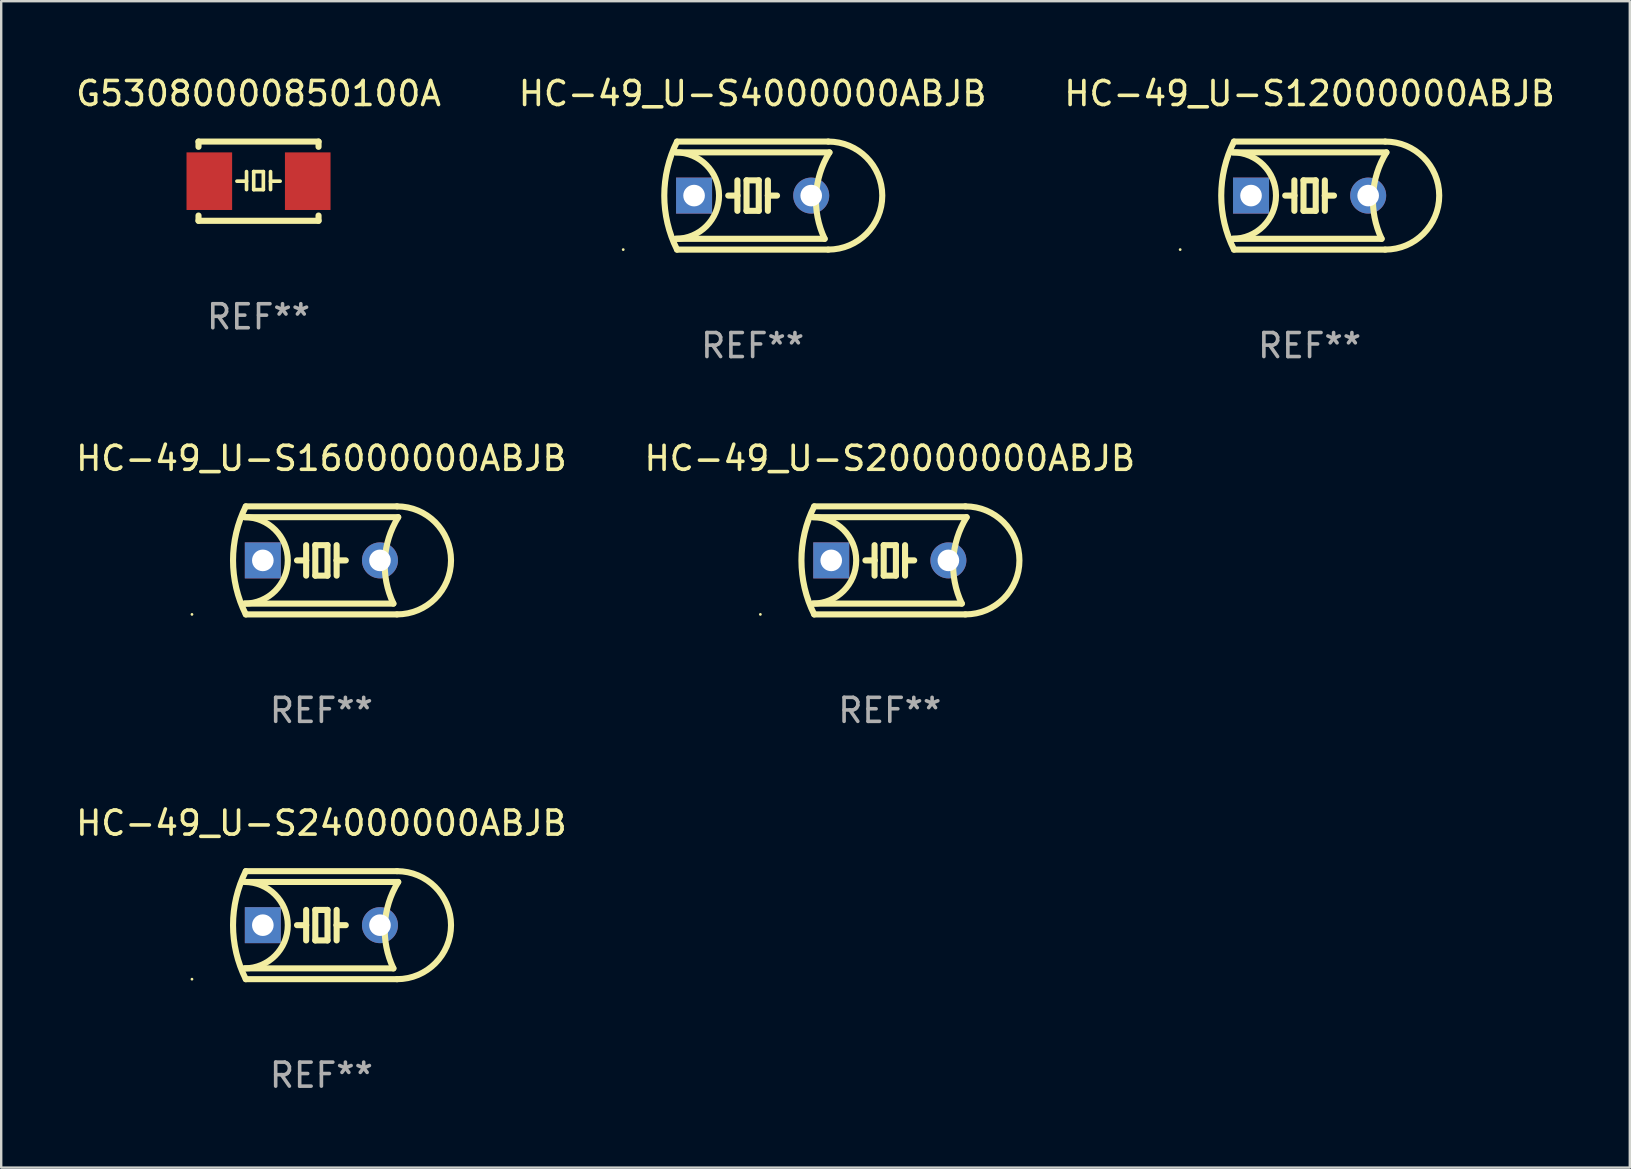
<source format=kicad_pcb>
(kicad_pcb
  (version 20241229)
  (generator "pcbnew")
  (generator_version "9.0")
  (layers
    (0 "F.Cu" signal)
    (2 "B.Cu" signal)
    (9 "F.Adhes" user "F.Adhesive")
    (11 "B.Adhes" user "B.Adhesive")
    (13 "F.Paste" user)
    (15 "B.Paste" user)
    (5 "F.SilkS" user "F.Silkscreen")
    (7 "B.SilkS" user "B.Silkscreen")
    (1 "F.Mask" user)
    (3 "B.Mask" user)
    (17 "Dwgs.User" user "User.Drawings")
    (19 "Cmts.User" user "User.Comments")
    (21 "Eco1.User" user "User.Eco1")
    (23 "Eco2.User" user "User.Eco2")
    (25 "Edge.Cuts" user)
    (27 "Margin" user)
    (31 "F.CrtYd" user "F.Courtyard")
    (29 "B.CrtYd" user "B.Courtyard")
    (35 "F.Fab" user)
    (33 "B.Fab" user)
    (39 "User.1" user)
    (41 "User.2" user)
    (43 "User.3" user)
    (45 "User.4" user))
  (footprint "HC-49_U-S12000000ABJB"
    (layer "F.Cu")
    (at 51.506 5.098)
    (property "Reference" "HC-49_U-S12000000ABJB" (at 0 -4.25 0) (layer "F.SilkS") (effects (font (size 1 1) (thickness 0.15))))
    (attr through_hole)
    (fp_line (start -3.2 -1.8) (end 3.2 -1.8) (stroke (width 0.254) (type solid)) (layer "F.SilkS"))
    (fp_line (start -3.15 2.25) (end 3.15 2.25) (stroke (width 0.254) (type solid)) (layer "F.SilkS"))
    (fp_line (start -0.635 -0.635) (end -0.635 0) (stroke (width 0.254) (type solid)) (layer "F.SilkS"))
    (fp_line (start -0.635 0) (end -1.016 0) (stroke (width 0.254) (type solid)) (layer "F.SilkS"))
    (fp_line (start -0.635 0) (end -0.635 0.635) (stroke (width 0.254) (type solid)) (layer "F.SilkS"))
    (fp_line (start -0.254 -0.635) (end -0.254 0.635) (stroke (width 0.254) (type solid)) (layer "F.SilkS"))
    (fp_line (start -0.254 0.635) (end 0.254 0.635) (stroke (width 0.254) (type solid)) (layer "F.SilkS"))
    (fp_line (start 0.254 -0.635) (end -0.254 -0.635) (stroke (width 0.254) (type solid)) (layer "F.SilkS"))
    (fp_line (start 0.254 0.635) (end 0.254 -0.635) (stroke (width 0.254) (type solid)) (layer "F.SilkS"))
    (fp_line (start 0.635 -0.635) (end 0.635 0) (stroke (width 0.254) (type solid)) (layer "F.SilkS"))
    (fp_line (start 0.635 0) (end 0.635 0.635) (stroke (width 0.254) (type solid)) (layer "F.SilkS"))
    (fp_line (start 0.635 0) (end 1.016 0) (stroke (width 0.254) (type solid)) (layer "F.SilkS"))
    (fp_line (start 3 1.8) (end -3.2 1.8) (stroke (width 0.254) (type solid)) (layer "F.SilkS"))
    (fp_line (start 3.15 -2.25) (end -3.15 -2.25) (stroke (width 0.254) (type solid)) (layer "F.SilkS"))
    (fp_arc (start -3.200406 -1.800864) (mid -1.399974 -0.000635) (end -3.2 1.8) (stroke (width 0.254001) (type solid)) (layer "F.SilkS"))
    (fp_arc (start -3.149606 2.250444) (mid -3.680941 0.000261) (end -3.149987 -2.250013) (stroke (width 0.254001) (type solid)) (layer "F.SilkS"))
    (fp_arc (start 2.999746 1.800863) (mid 2.642982 -0.024977) (end 3.2 -1.8) (stroke (width 0.254001) (type solid)) (layer "F.SilkS"))
    (fp_arc (start 3.149607 -2.250445) (mid 5.399848 -0.000406) (end 3.149987 2.250013) (stroke (width 0.254001) (type solid)) (layer "F.SilkS"))
    (fp_circle (center -5.392 2.25) (end -5.362 2.25) (stroke (width 0.06) (type solid)) (fill no) (layer "F.SilkS"))
    (fp_text user "REF**" (at 0 6.25 0) (layer "F.Fab") (effects (font (size 1 1) (thickness 0.15))))
    (pad "1" thru_hole rect (at -2.44 0) (size 1.5 1.5) (drill 0.9) (layers "*.Cu" "*.Mask"))
    (pad "2" thru_hole circle (at 2.44 0) (size 1.5 1.5) (drill 0.9) (layers "*.Cu" "*.Mask")))
  (footprint "HC-49_U-S16000000ABJB"
    (layer "F.Cu")
    (at 10.339 20.295)
    (property "Reference" "HC-49_U-S16000000ABJB" (at 0 -4.25 0) (layer "F.SilkS") (effects (font (size 1 1) (thickness 0.15))))
    (attr through_hole)
    (fp_line (start -3.2 -1.8) (end 3.2 -1.8) (stroke (width 0.254) (type solid)) (layer "F.SilkS"))
    (fp_line (start -3.15 2.25) (end 3.15 2.25) (stroke (width 0.254) (type solid)) (layer "F.SilkS"))
    (fp_line (start -0.635 -0.635) (end -0.635 0) (stroke (width 0.254) (type solid)) (layer "F.SilkS"))
    (fp_line (start -0.635 0) (end -1.016 0) (stroke (width 0.254) (type solid)) (layer "F.SilkS"))
    (fp_line (start -0.635 0) (end -0.635 0.635) (stroke (width 0.254) (type solid)) (layer "F.SilkS"))
    (fp_line (start -0.254 -0.635) (end -0.254 0.635) (stroke (width 0.254) (type solid)) (layer "F.SilkS"))
    (fp_line (start -0.254 0.635) (end 0.254 0.635) (stroke (width 0.254) (type solid)) (layer "F.SilkS"))
    (fp_line (start 0.254 -0.635) (end -0.254 -0.635) (stroke (width 0.254) (type solid)) (layer "F.SilkS"))
    (fp_line (start 0.254 0.635) (end 0.254 -0.635) (stroke (width 0.254) (type solid)) (layer "F.SilkS"))
    (fp_line (start 0.635 -0.635) (end 0.635 0) (stroke (width 0.254) (type solid)) (layer "F.SilkS"))
    (fp_line (start 0.635 0) (end 0.635 0.635) (stroke (width 0.254) (type solid)) (layer "F.SilkS"))
    (fp_line (start 0.635 0) (end 1.016 0) (stroke (width 0.254) (type solid)) (layer "F.SilkS"))
    (fp_line (start 3 1.8) (end -3.2 1.8) (stroke (width 0.254) (type solid)) (layer "F.SilkS"))
    (fp_line (start 3.15 -2.25) (end -3.15 -2.25) (stroke (width 0.254) (type solid)) (layer "F.SilkS"))
    (fp_arc (start -3.200406 -1.800864) (mid -1.399974 -0.000635) (end -3.2 1.8) (stroke (width 0.254001) (type solid)) (layer "F.SilkS"))
    (fp_arc (start -3.149606 2.250444) (mid -3.680941 0.000261) (end -3.149987 -2.250013) (stroke (width 0.254001) (type solid)) (layer "F.SilkS"))
    (fp_arc (start 2.999746 1.800863) (mid 2.642982 -0.024977) (end 3.2 -1.8) (stroke (width 0.254001) (type solid)) (layer "F.SilkS"))
    (fp_arc (start 3.149607 -2.250445) (mid 5.399848 -0.000406) (end 3.149987 2.250013) (stroke (width 0.254001) (type solid)) (layer "F.SilkS"))
    (fp_circle (center -5.392 2.25) (end -5.362 2.25) (stroke (width 0.06) (type solid)) (fill no) (layer "F.SilkS"))
    (fp_text user "REF**" (at 0 6.25 0) (layer "F.Fab") (effects (font (size 1 1) (thickness 0.15))))
    (pad "1" thru_hole rect (at -2.44 0) (size 1.5 1.5) (drill 0.9) (layers "*.Cu" "*.Mask"))
    (pad "2" thru_hole circle (at 2.44 0) (size 1.5 1.5) (drill 0.9) (layers "*.Cu" "*.Mask")))
  (footprint "G53080000850100A"
    (layer "F.Cu")
    (at 7.72 4.498)
    (property "Reference" "G53080000850100A" (at 0 -3.65 0) (layer "F.SilkS") (effects (font (size 1 1) (thickness 0.15))))
    (attr through_hole)
    (fp_line (start -2.5 -1.65) (end -2.5 -1.431) (stroke (width 0.254) (type solid)) (layer "F.SilkS"))
    (fp_line (start -2.5 -1.65) (end 2.5 -1.65) (stroke (width 0.254) (type solid)) (layer "F.SilkS"))
    (fp_line (start -2.5 1.431) (end -2.5 1.65) (stroke (width 0.254) (type solid)) (layer "F.SilkS"))
    (fp_line (start -2.5 1.65) (end 2.5 1.65) (stroke (width 0.254) (type solid)) (layer "F.SilkS"))
    (fp_line (start -0.9 0) (end -0.5 0) (stroke (width 0.152) (type solid)) (layer "F.SilkS"))
    (fp_line (start -0.5 -0.4) (end -0.5 0.35) (stroke (width 0.152) (type solid)) (layer "F.SilkS"))
    (fp_line (start -0.201 -0.399) (end -0.201 -0.399) (stroke (width 0.152) (type solid)) (layer "F.SilkS"))
    (fp_line (start -0.201 -0.399) (end -0.201 0.351) (stroke (width 0.152) (type solid)) (layer "F.SilkS"))
    (fp_line (start -0.201 0.351) (end 0.201 0.351) (stroke (width 0.152) (type solid)) (layer "F.SilkS"))
    (fp_line (start 0.201 -0.399) (end -0.201 -0.399) (stroke (width 0.152) (type solid)) (layer "F.SilkS"))
    (fp_line (start 0.201 0.351) (end 0.201 -0.399) (stroke (width 0.152) (type solid)) (layer "F.SilkS"))
    (fp_line (start 0.5 -0.4) (end 0.5 0.35) (stroke (width 0.152) (type solid)) (layer "F.SilkS"))
    (fp_line (start 0.9 0) (end 0.5 0) (stroke (width 0.152) (type solid)) (layer "F.SilkS"))
    (fp_line (start 2.5 -1.431) (end 2.5 -1.65) (stroke (width 0.254) (type solid)) (layer "F.SilkS"))
    (fp_line (start 2.5 1.65) (end 2.5 1.431) (stroke (width 0.254) (type solid)) (layer "F.SilkS"))
    (fp_circle (center -2.5 1.6) (end -2.47 1.6) (stroke (width 0.06) (type solid)) (fill no) (layer "F.SilkS"))
    (fp_text user "REF**" (at 0 5.65 0) (layer "F.Fab") (effects (font (size 1 1) (thickness 0.15))))
    (pad "1" smd rect (at -2.05 0) (size 1.9 2.4) (layers "F.Cu" "F.Mask" "F.Paste"))
    (pad "2" smd rect (at 2.05 0) (size 1.9 2.4) (layers "F.Cu" "F.Mask" "F.Paste")))
  (footprint "HC-49_U-S24000000ABJB"
    (layer "F.Cu")
    (at 10.339 35.491)
    (property "Reference" "HC-49_U-S24000000ABJB" (at 0 -4.25 0) (layer "F.SilkS") (effects (font (size 1 1) (thickness 0.15))))
    (attr through_hole)
    (fp_line (start -3.2 -1.8) (end 3.2 -1.8) (stroke (width 0.254) (type solid)) (layer "F.SilkS"))
    (fp_line (start -3.15 2.25) (end 3.15 2.25) (stroke (width 0.254) (type solid)) (layer "F.SilkS"))
    (fp_line (start -0.635 -0.635) (end -0.635 0) (stroke (width 0.254) (type solid)) (layer "F.SilkS"))
    (fp_line (start -0.635 0) (end -1.016 0) (stroke (width 0.254) (type solid)) (layer "F.SilkS"))
    (fp_line (start -0.635 0) (end -0.635 0.635) (stroke (width 0.254) (type solid)) (layer "F.SilkS"))
    (fp_line (start -0.254 -0.635) (end -0.254 0.635) (stroke (width 0.254) (type solid)) (layer "F.SilkS"))
    (fp_line (start -0.254 0.635) (end 0.254 0.635) (stroke (width 0.254) (type solid)) (layer "F.SilkS"))
    (fp_line (start 0.254 -0.635) (end -0.254 -0.635) (stroke (width 0.254) (type solid)) (layer "F.SilkS"))
    (fp_line (start 0.254 0.635) (end 0.254 -0.635) (stroke (width 0.254) (type solid)) (layer "F.SilkS"))
    (fp_line (start 0.635 -0.635) (end 0.635 0) (stroke (width 0.254) (type solid)) (layer "F.SilkS"))
    (fp_line (start 0.635 0) (end 0.635 0.635) (stroke (width 0.254) (type solid)) (layer "F.SilkS"))
    (fp_line (start 0.635 0) (end 1.016 0) (stroke (width 0.254) (type solid)) (layer "F.SilkS"))
    (fp_line (start 3 1.8) (end -3.2 1.8) (stroke (width 0.254) (type solid)) (layer "F.SilkS"))
    (fp_line (start 3.15 -2.25) (end -3.15 -2.25) (stroke (width 0.254) (type solid)) (layer "F.SilkS"))
    (fp_arc (start -3.200406 -1.800864) (mid -1.399974 -0.000635) (end -3.2 1.8) (stroke (width 0.254001) (type solid)) (layer "F.SilkS"))
    (fp_arc (start -3.149606 2.250444) (mid -3.680941 0.000261) (end -3.149987 -2.250013) (stroke (width 0.254001) (type solid)) (layer "F.SilkS"))
    (fp_arc (start 2.999746 1.800863) (mid 2.642982 -0.024977) (end 3.2 -1.8) (stroke (width 0.254001) (type solid)) (layer "F.SilkS"))
    (fp_arc (start 3.149607 -2.250445) (mid 5.399848 -0.000406) (end 3.149987 2.250013) (stroke (width 0.254001) (type solid)) (layer "F.SilkS"))
    (fp_circle (center -5.392 2.25) (end -5.362 2.25) (stroke (width 0.06) (type solid)) (fill no) (layer "F.SilkS"))
    (fp_text user "REF**" (at 0 6.25 0) (layer "F.Fab") (effects (font (size 1 1) (thickness 0.15))))
    (pad "1" thru_hole rect (at -2.44 0) (size 1.5 1.5) (drill 0.9) (layers "*.Cu" "*.Mask"))
    (pad "2" thru_hole circle (at 2.44 0) (size 1.5 1.5) (drill 0.9) (layers "*.Cu" "*.Mask")))
  (footprint "HC-49_U-S4000000ABJB"
    (layer "F.Cu")
    (at 28.304 5.098)
    (property "Reference" "HC-49_U-S4000000ABJB" (at 0 -4.25 0) (layer "F.SilkS") (effects (font (size 1 1) (thickness 0.15))))
    (attr through_hole)
    (fp_line (start -3.2 -1.8) (end 3.2 -1.8) (stroke (width 0.254) (type solid)) (layer "F.SilkS"))
    (fp_line (start -3.15 2.25) (end 3.15 2.25) (stroke (width 0.254) (type solid)) (layer "F.SilkS"))
    (fp_line (start -0.635 -0.635) (end -0.635 0) (stroke (width 0.254) (type solid)) (layer "F.SilkS"))
    (fp_line (start -0.635 0) (end -1.016 0) (stroke (width 0.254) (type solid)) (layer "F.SilkS"))
    (fp_line (start -0.635 0) (end -0.635 0.635) (stroke (width 0.254) (type solid)) (layer "F.SilkS"))
    (fp_line (start -0.254 -0.635) (end -0.254 0.635) (stroke (width 0.254) (type solid)) (layer "F.SilkS"))
    (fp_line (start -0.254 0.635) (end 0.254 0.635) (stroke (width 0.254) (type solid)) (layer "F.SilkS"))
    (fp_line (start 0.254 -0.635) (end -0.254 -0.635) (stroke (width 0.254) (type solid)) (layer "F.SilkS"))
    (fp_line (start 0.254 0.635) (end 0.254 -0.635) (stroke (width 0.254) (type solid)) (layer "F.SilkS"))
    (fp_line (start 0.635 -0.635) (end 0.635 0) (stroke (width 0.254) (type solid)) (layer "F.SilkS"))
    (fp_line (start 0.635 0) (end 0.635 0.635) (stroke (width 0.254) (type solid)) (layer "F.SilkS"))
    (fp_line (start 0.635 0) (end 1.016 0) (stroke (width 0.254) (type solid)) (layer "F.SilkS"))
    (fp_line (start 3 1.8) (end -3.2 1.8) (stroke (width 0.254) (type solid)) (layer "F.SilkS"))
    (fp_line (start 3.15 -2.25) (end -3.15 -2.25) (stroke (width 0.254) (type solid)) (layer "F.SilkS"))
    (fp_arc (start -3.200406 -1.800864) (mid -1.399974 -0.000635) (end -3.2 1.8) (stroke (width 0.254001) (type solid)) (layer "F.SilkS"))
    (fp_arc (start -3.149606 2.250444) (mid -3.680941 0.000261) (end -3.149987 -2.250013) (stroke (width 0.254001) (type solid)) (layer "F.SilkS"))
    (fp_arc (start 2.999746 1.800863) (mid 2.642982 -0.024977) (end 3.2 -1.8) (stroke (width 0.254001) (type solid)) (layer "F.SilkS"))
    (fp_arc (start 3.149607 -2.250445) (mid 5.399848 -0.000406) (end 3.149987 2.250013) (stroke (width 0.254001) (type solid)) (layer "F.SilkS"))
    (fp_circle (center -5.392 2.25) (end -5.362 2.25) (stroke (width 0.06) (type solid)) (fill no) (layer "F.SilkS"))
    (fp_text user "REF**" (at 0 6.25 0) (layer "F.Fab") (effects (font (size 1 1) (thickness 0.15))))
    (pad "1" thru_hole rect (at -2.44 0) (size 1.5 1.5) (drill 0.9) (layers "*.Cu" "*.Mask"))
    (pad "2" thru_hole circle (at 2.44 0) (size 1.5 1.5) (drill 0.9) (layers "*.Cu" "*.Mask")))
  (footprint "HC-49_U-S20000000ABJB"
    (layer "F.Cu")
    (at 34.018 20.295)
    (property "Reference" "HC-49_U-S20000000ABJB" (at 0 -4.25 0) (layer "F.SilkS") (effects (font (size 1 1) (thickness 0.15))))
    (attr through_hole)
    (fp_line (start -3.2 -1.8) (end 3.2 -1.8) (stroke (width 0.254) (type solid)) (layer "F.SilkS"))
    (fp_line (start -3.15 2.25) (end 3.15 2.25) (stroke (width 0.254) (type solid)) (layer "F.SilkS"))
    (fp_line (start -0.635 -0.635) (end -0.635 0) (stroke (width 0.254) (type solid)) (layer "F.SilkS"))
    (fp_line (start -0.635 0) (end -1.016 0) (stroke (width 0.254) (type solid)) (layer "F.SilkS"))
    (fp_line (start -0.635 0) (end -0.635 0.635) (stroke (width 0.254) (type solid)) (layer "F.SilkS"))
    (fp_line (start -0.254 -0.635) (end -0.254 0.635) (stroke (width 0.254) (type solid)) (layer "F.SilkS"))
    (fp_line (start -0.254 0.635) (end 0.254 0.635) (stroke (width 0.254) (type solid)) (layer "F.SilkS"))
    (fp_line (start 0.254 -0.635) (end -0.254 -0.635) (stroke (width 0.254) (type solid)) (layer "F.SilkS"))
    (fp_line (start 0.254 0.635) (end 0.254 -0.635) (stroke (width 0.254) (type solid)) (layer "F.SilkS"))
    (fp_line (start 0.635 -0.635) (end 0.635 0) (stroke (width 0.254) (type solid)) (layer "F.SilkS"))
    (fp_line (start 0.635 0) (end 0.635 0.635) (stroke (width 0.254) (type solid)) (layer "F.SilkS"))
    (fp_line (start 0.635 0) (end 1.016 0) (stroke (width 0.254) (type solid)) (layer "F.SilkS"))
    (fp_line (start 3 1.8) (end -3.2 1.8) (stroke (width 0.254) (type solid)) (layer "F.SilkS"))
    (fp_line (start 3.15 -2.25) (end -3.15 -2.25) (stroke (width 0.254) (type solid)) (layer "F.SilkS"))
    (fp_arc (start -3.200406 -1.800864) (mid -1.399974 -0.000635) (end -3.2 1.8) (stroke (width 0.254001) (type solid)) (layer "F.SilkS"))
    (fp_arc (start -3.149606 2.250444) (mid -3.680941 0.000261) (end -3.149987 -2.250013) (stroke (width 0.254001) (type solid)) (layer "F.SilkS"))
    (fp_arc (start 2.999746 1.800863) (mid 2.642982 -0.024977) (end 3.2 -1.8) (stroke (width 0.254001) (type solid)) (layer "F.SilkS"))
    (fp_arc (start 3.149607 -2.250445) (mid 5.399848 -0.000406) (end 3.149987 2.250013) (stroke (width 0.254001) (type solid)) (layer "F.SilkS"))
    (fp_circle (center -5.392 2.25) (end -5.362 2.25) (stroke (width 0.06) (type solid)) (fill no) (layer "F.SilkS"))
    (fp_text user "REF**" (at 0 6.25 0) (layer "F.Fab") (effects (font (size 1 1) (thickness 0.15))))
    (pad "1" thru_hole rect (at -2.44 0) (size 1.5 1.5) (drill 0.9) (layers "*.Cu" "*.Mask"))
    (pad "2" thru_hole circle (at 2.44 0) (size 1.5 1.5) (drill 0.9) (layers "*.Cu" "*.Mask")))
  (gr_rect
    (start -3 -3)
    (end 64.845 45.59)
    (stroke (width 0.1) (type default))
    (fill no)
    (layer "Edge.Cuts")))
</source>
